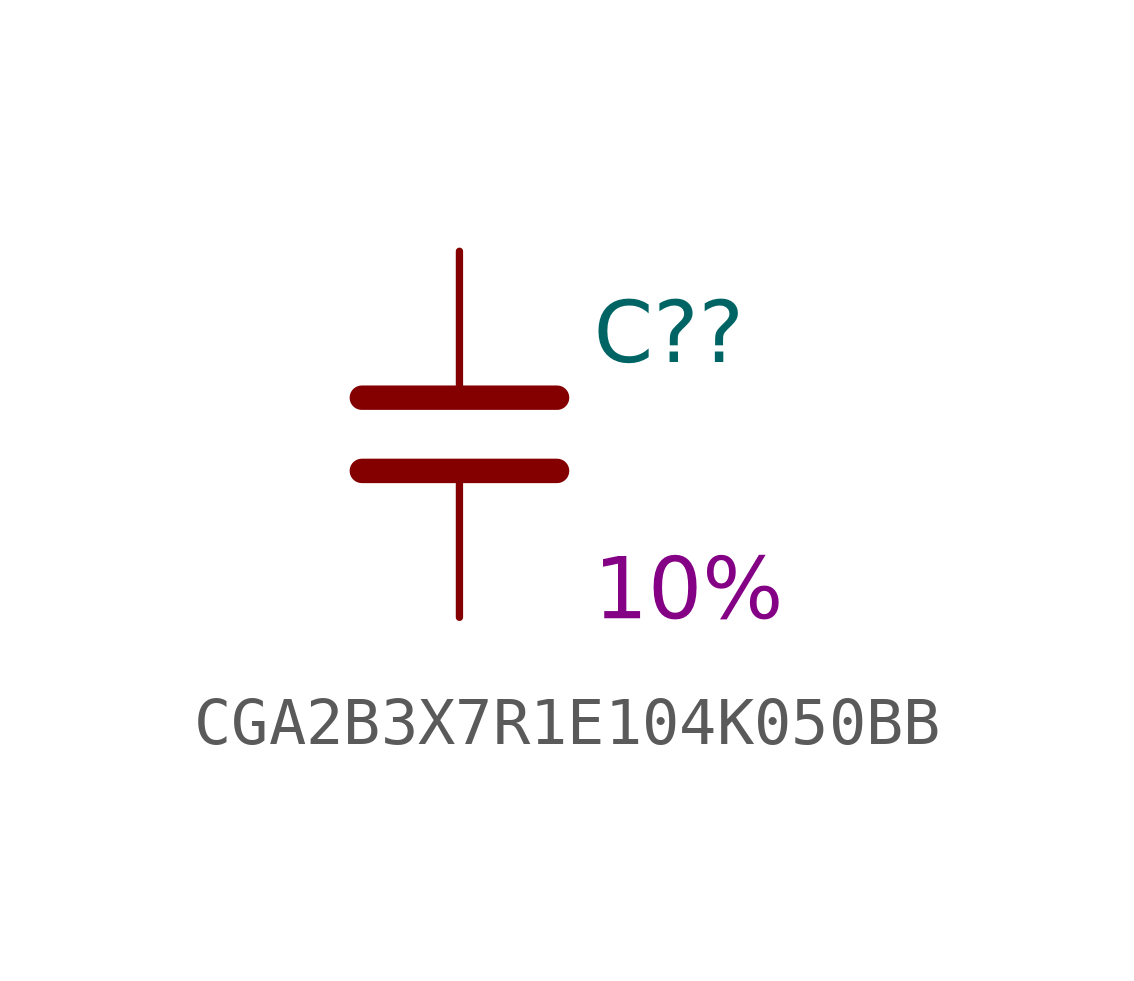
<source format=kicad_sym>
(kicad_symbol_lib
  (version 20211014)
  (generator partdb_linker_gui)
  (symbol "CGA2B3X7R1E104K050BB"
    (pin_numbers
      (hide yes))
    (pin_names
      (offset 0.254))
    (property "Reference" "C?"
      (at 2.794 2.032 0)
      (effects (font (face "Calibri") (size 1.27 1.27)) (justify left)))
    (property "Value" ""
      (at 2.794 0.254 0)
      (effects (font (face "Calibri") (size 1.27 1.27)) (justify left)))
    (property "Tolerance" "10%"
      (at 2.794 -3.302 0)
      (effects (font (face "Calibri") (size 1.27 1.27)) (justify left)))
    (symbol "CGA2B3X7R1E104K050BB_0_1"
      (polyline (pts (xy -2.032 0.762) (xy 2.032 0.762)) (stroke (width 0.508) (type default)) (fill (type none)))
      (polyline (pts (xy -2.032 -0.762) (xy 2.032 -0.762)) (stroke (width 0.508) (type default)) (fill (type none))))
    (symbol "CGA2B3X7R1E104K050BB_1_1"
      (pin passive line (at 0 3.81 270) (length 2.794) (name "~" (effects (font (size 1.27 1.27)))) (number "1" (effects (font (size 1.27 1.27)))))
      (pin passive line (at 0 -3.81 90) (length 2.794) (name "~" (effects (font (size 1.27 1.27)))) (number "2" (effects (font (size 1.27 1.27))))))))
</source>
